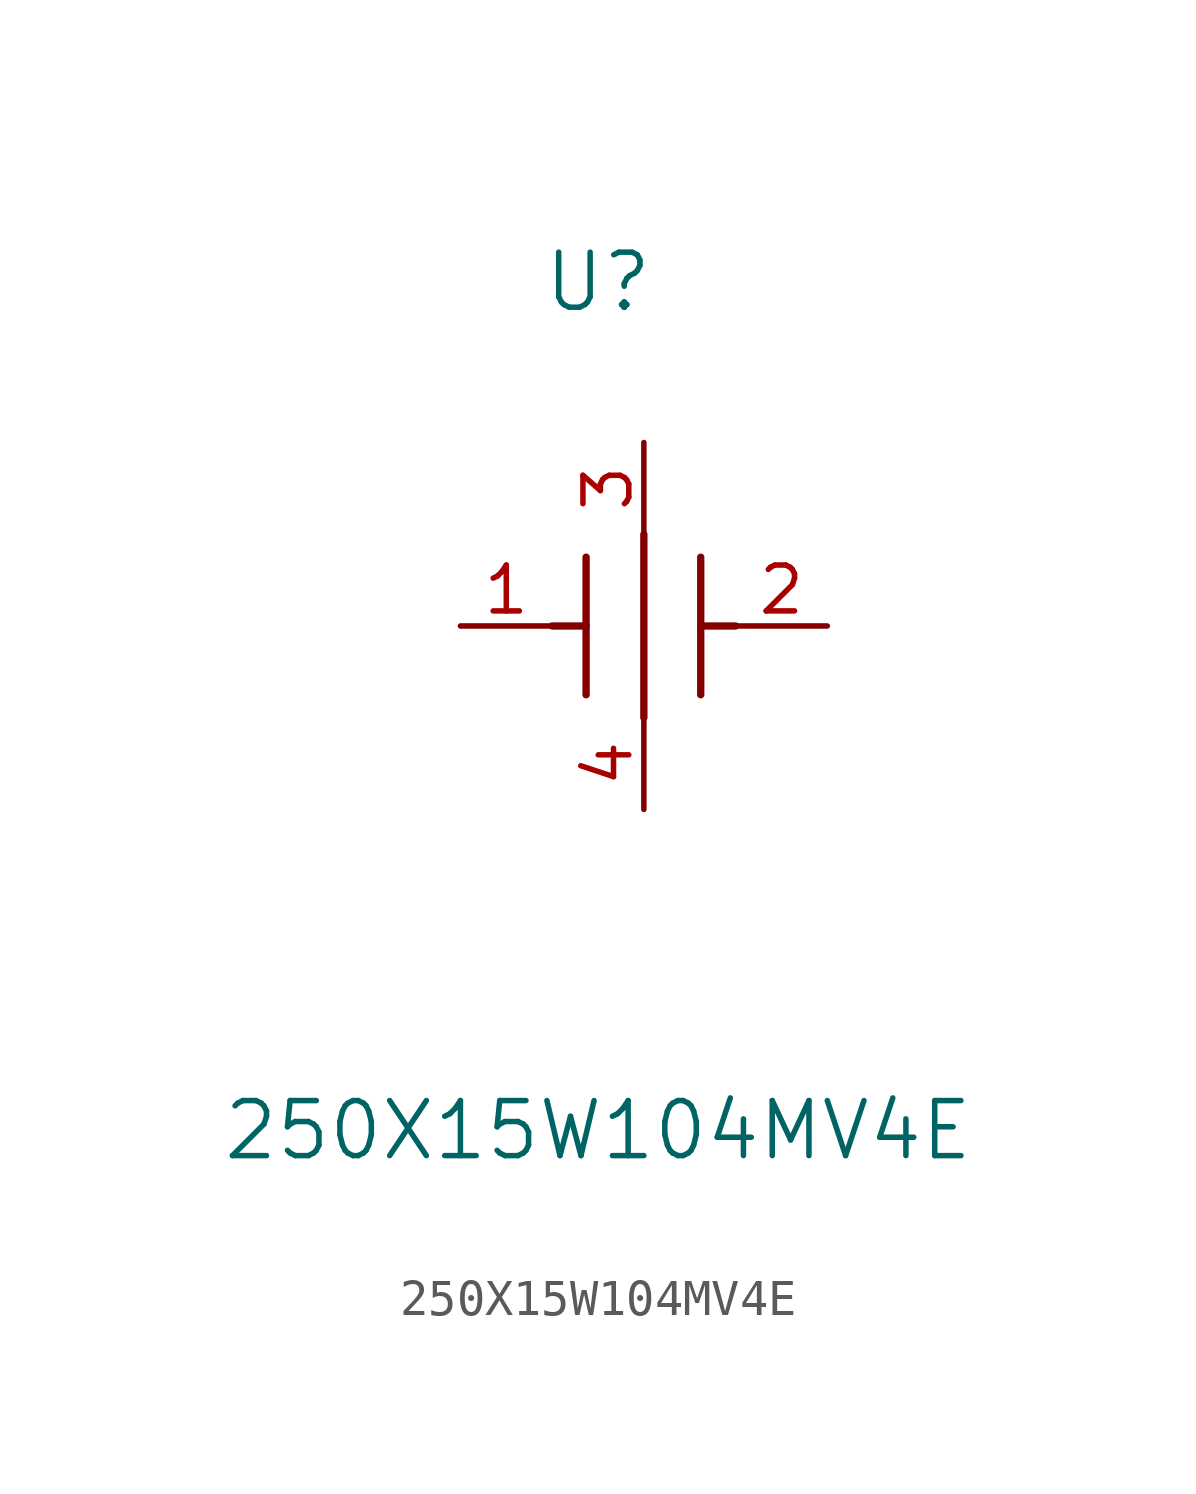
<source format=kicad_sym>
(kicad_symbol_lib
  (version 20211014)
  (generator kicad_symbol_editor)
  (symbol "250X15W104MV4E"
    (pin_names
      (offset 0.254))
    (property "Reference" "U"
      (at 3.81 9.525 0)
      (effects (font (size 1.524 1.524))))
    (property "Value" "250X15W104MV4E"
      (at 3.81 -13.97 0)
      (effects (font (size 1.524 1.524))))
    (symbol "250X15W104MV4E_0_1"
      (polyline (pts (xy 3.48 -1.905) (xy 3.48 1.905)) (stroke (width 0.203) (type default) (color 0 0 0 0)) (fill (type none)))
      (polyline (pts (xy 6.655 -1.905) (xy 6.655 1.905)) (stroke (width 0.203) (type default) (color 0 0 0 0)) (fill (type none)))
      (polyline (pts (xy 6.655 0) (xy 7.62 0)) (stroke (width 0.203) (type default) (color 0 0 0 0)) (fill (type none)))
      (polyline (pts (xy 2.54 0) (xy 3.48 0)) (stroke (width 0.203) (type default) (color 0 0 0 0)) (fill (type none)))
      (polyline (pts (xy 5.08 -2.54) (xy 5.08 2.54)) (stroke (width 0.203) (type default) (color 0 0 0 0)) (fill (type none)))
      (pin unspecified line (at 0 0 0) (length 2.54) (name "" (effects (font (size 1.27 1.27)))) (number "1" (effects (font (size 1.27 1.27)))))
      (pin unspecified line (at 10.16 0 180) (length 2.54) (name "" (effects (font (size 1.27 1.27)))) (number "2" (effects (font (size 1.27 1.27)))))
      (pin unspecified line (at 5.08 5.08 270) (length 2.54) (name "" (effects (font (size 1.27 1.27)))) (number "3" (effects (font (size 1.27 1.27)))))
      (pin unspecified line (at 5.08 -5.08 90) (length 2.54) (name "" (effects (font (size 1.27 1.27)))) (number "4" (effects (font (size 1.27 1.27))))))))
</source>
